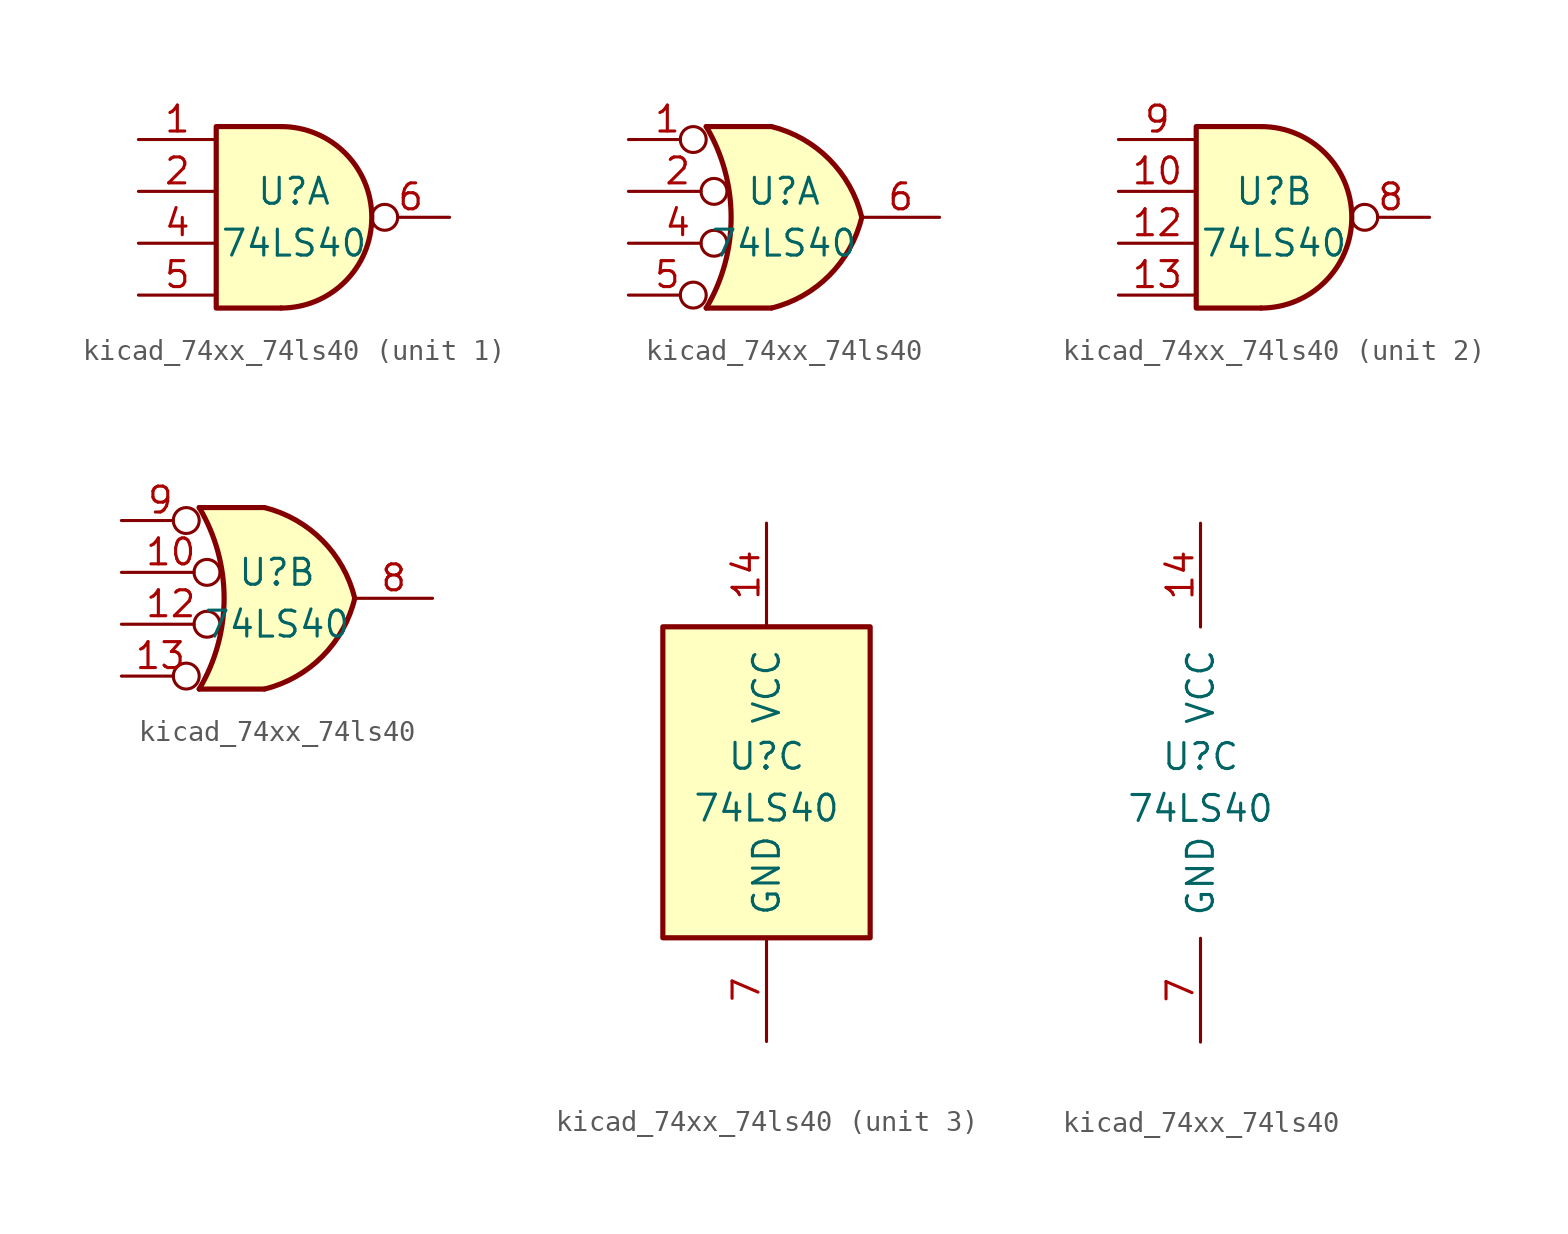
<source format=kicad_sym>
(kicad_symbol_lib
  (version 20220914)
  (generator kicad_symbol_editor)
  (symbol "kicad_74xx_74ls40"
    (pin_names
      (offset 1.016))
    (property "Reference" "U"
      (at 0 1.27 0)
      (effects (font (size 1.27 1.27))))
    (property "Value" "74LS40"
      (at 0 -1.27 0)
      (effects (font (size 1.27 1.27))))
    (property "ki_locked" ""
      (at 0 0 0)
      (effects (font (size 1.27 1.27))))
    (symbol "kicad_74xx_74ls40_1_1"
      (arc (start -0.635 -4.445) (mid 3.7907 0) (end -0.635 4.445) (stroke (width 0.254) (type default)) (fill (type background)))
      (polyline (pts (xy -0.635 4.445) (xy -3.81 4.445) (xy -3.81 -4.445) (xy -0.635 -4.445)) (stroke (width 0.254) (type default)) (fill (type background)))
      (pin input line (at -7.62 3.81 0) (length 3.81) (name "~" (effects (font (size 1.27 1.27)))) (number "1" (effects (font (size 1.27 1.27)))))
      (pin input line (at -7.62 1.27 0) (length 3.81) (name "~" (effects (font (size 1.27 1.27)))) (number "2" (effects (font (size 1.27 1.27)))))
      (pin input line (at -7.62 -1.27 0) (length 3.81) (name "~" (effects (font (size 1.27 1.27)))) (number "4" (effects (font (size 1.27 1.27)))))
      (pin input line (at -7.62 -3.81 0) (length 3.81) (name "~" (effects (font (size 1.27 1.27)))) (number "5" (effects (font (size 1.27 1.27)))))
      (pin output inverted (at 7.62 0 180) (length 3.81) (name "~" (effects (font (size 1.27 1.27)))) (number "6" (effects (font (size 1.27 1.27))))))
    (symbol "kicad_74xx_74ls40_1_2"
      (arc (start -3.81 -4.445) (mid -2.5908 0) (end -3.81 4.445) (stroke (width 0.254) (type default)) (fill (type none)))
      (arc (start -0.6096 -4.445) (mid 2.2246 -2.8422) (end 3.81 0) (stroke (width 0.254) (type default)) (fill (type background)))
      (polyline (pts (xy -3.81 -4.445) (xy -0.635 -4.445)) (stroke (width 0.254) (type default)) (fill (type background)))
      (polyline (pts (xy -3.81 4.445) (xy -0.635 4.445)) (stroke (width 0.254) (type default)) (fill (type background)))
      (polyline (pts (xy -0.635 4.445) (xy -3.81 4.445) (xy -3.81 4.445) (xy -3.632 4.089) (xy -3.099 2.921) (xy -2.769 1.676) (xy -2.616 0.432) (xy -2.642 -0.864) (xy -2.87 -2.108) (xy -3.251 -3.327) (xy -3.81 -4.445) (xy -3.81 -4.445) (xy -0.635 -4.445)) (stroke (width -25.4) (type default)) (fill (type background)))
      (arc (start 3.81 0) (mid 2.2204 2.8379) (end -0.6096 4.445) (stroke (width 0.254) (type default)) (fill (type background)))
      (pin input inverted (at -7.62 3.81 0) (length 3.81) (name "~" (effects (font (size 1.27 1.27)))) (number "1" (effects (font (size 1.27 1.27)))))
      (pin input inverted (at -7.62 1.27 0) (length 4.826) (name "~" (effects (font (size 1.27 1.27)))) (number "2" (effects (font (size 1.27 1.27)))))
      (pin input inverted (at -7.62 -1.27 0) (length 4.826) (name "~" (effects (font (size 1.27 1.27)))) (number "4" (effects (font (size 1.27 1.27)))))
      (pin input inverted (at -7.62 -3.81 0) (length 3.81) (name "~" (effects (font (size 1.27 1.27)))) (number "5" (effects (font (size 1.27 1.27)))))
      (pin output line (at 7.62 0 180) (length 3.81) (name "~" (effects (font (size 1.27 1.27)))) (number "6" (effects (font (size 1.27 1.27))))))
    (symbol "kicad_74xx_74ls40_2_1"
      (arc (start -0.635 -4.445) (mid 3.7907 0) (end -0.635 4.445) (stroke (width 0.254) (type default)) (fill (type background)))
      (polyline (pts (xy -0.635 4.445) (xy -3.81 4.445) (xy -3.81 -4.445) (xy -0.635 -4.445)) (stroke (width 0.254) (type default)) (fill (type background)))
      (pin input line (at -7.62 1.27 0) (length 3.81) (name "~" (effects (font (size 1.27 1.27)))) (number "10" (effects (font (size 1.27 1.27)))))
      (pin input line (at -7.62 -1.27 0) (length 3.81) (name "~" (effects (font (size 1.27 1.27)))) (number "12" (effects (font (size 1.27 1.27)))))
      (pin input line (at -7.62 -3.81 0) (length 3.81) (name "~" (effects (font (size 1.27 1.27)))) (number "13" (effects (font (size 1.27 1.27)))))
      (pin output inverted (at 7.62 0 180) (length 3.81) (name "~" (effects (font (size 1.27 1.27)))) (number "8" (effects (font (size 1.27 1.27)))))
      (pin input line (at -7.62 3.81 0) (length 3.81) (name "~" (effects (font (size 1.27 1.27)))) (number "9" (effects (font (size 1.27 1.27))))))
    (symbol "kicad_74xx_74ls40_2_2"
      (arc (start -3.81 -4.445) (mid -2.5908 0) (end -3.81 4.445) (stroke (width 0.254) (type default)) (fill (type none)))
      (arc (start -0.6096 -4.445) (mid 2.2246 -2.8422) (end 3.81 0) (stroke (width 0.254) (type default)) (fill (type background)))
      (polyline (pts (xy -3.81 -4.445) (xy -0.635 -4.445)) (stroke (width 0.254) (type default)) (fill (type background)))
      (polyline (pts (xy -3.81 4.445) (xy -0.635 4.445)) (stroke (width 0.254) (type default)) (fill (type background)))
      (polyline (pts (xy -0.635 4.445) (xy -3.81 4.445) (xy -3.81 4.445) (xy -3.632 4.089) (xy -3.099 2.921) (xy -2.769 1.676) (xy -2.616 0.432) (xy -2.642 -0.864) (xy -2.87 -2.108) (xy -3.251 -3.327) (xy -3.81 -4.445) (xy -3.81 -4.445) (xy -0.635 -4.445)) (stroke (width -25.4) (type default)) (fill (type background)))
      (arc (start 3.81 0) (mid 2.2204 2.8379) (end -0.6096 4.445) (stroke (width 0.254) (type default)) (fill (type background)))
      (pin input inverted (at -7.62 1.27 0) (length 4.826) (name "~" (effects (font (size 1.27 1.27)))) (number "10" (effects (font (size 1.27 1.27)))))
      (pin input inverted (at -7.62 -1.27 0) (length 4.826) (name "~" (effects (font (size 1.27 1.27)))) (number "12" (effects (font (size 1.27 1.27)))))
      (pin input inverted (at -7.62 -3.81 0) (length 3.81) (name "~" (effects (font (size 1.27 1.27)))) (number "13" (effects (font (size 1.27 1.27)))))
      (pin output line (at 7.62 0 180) (length 3.81) (name "~" (effects (font (size 1.27 1.27)))) (number "8" (effects (font (size 1.27 1.27)))))
      (pin input inverted (at -7.62 3.81 0) (length 3.81) (name "~" (effects (font (size 1.27 1.27)))) (number "9" (effects (font (size 1.27 1.27))))))
    (symbol "kicad_74xx_74ls40_3_0"
      (pin power_in line (at 0 12.7 270) (length 5.08) (name "VCC" (effects (font (size 1.27 1.27)))) (number "14" (effects (font (size 1.27 1.27)))))
      (pin power_in line (at 0 -12.7 90) (length 5.08) (name "GND" (effects (font (size 1.27 1.27)))) (number "7" (effects (font (size 1.27 1.27))))))
    (symbol "kicad_74xx_74ls40_3_1"
      (rectangle (start -5.08 7.62) (end 5.08 -7.62) (stroke (width 0.254) (type default)) (fill (type background))))))
</source>
